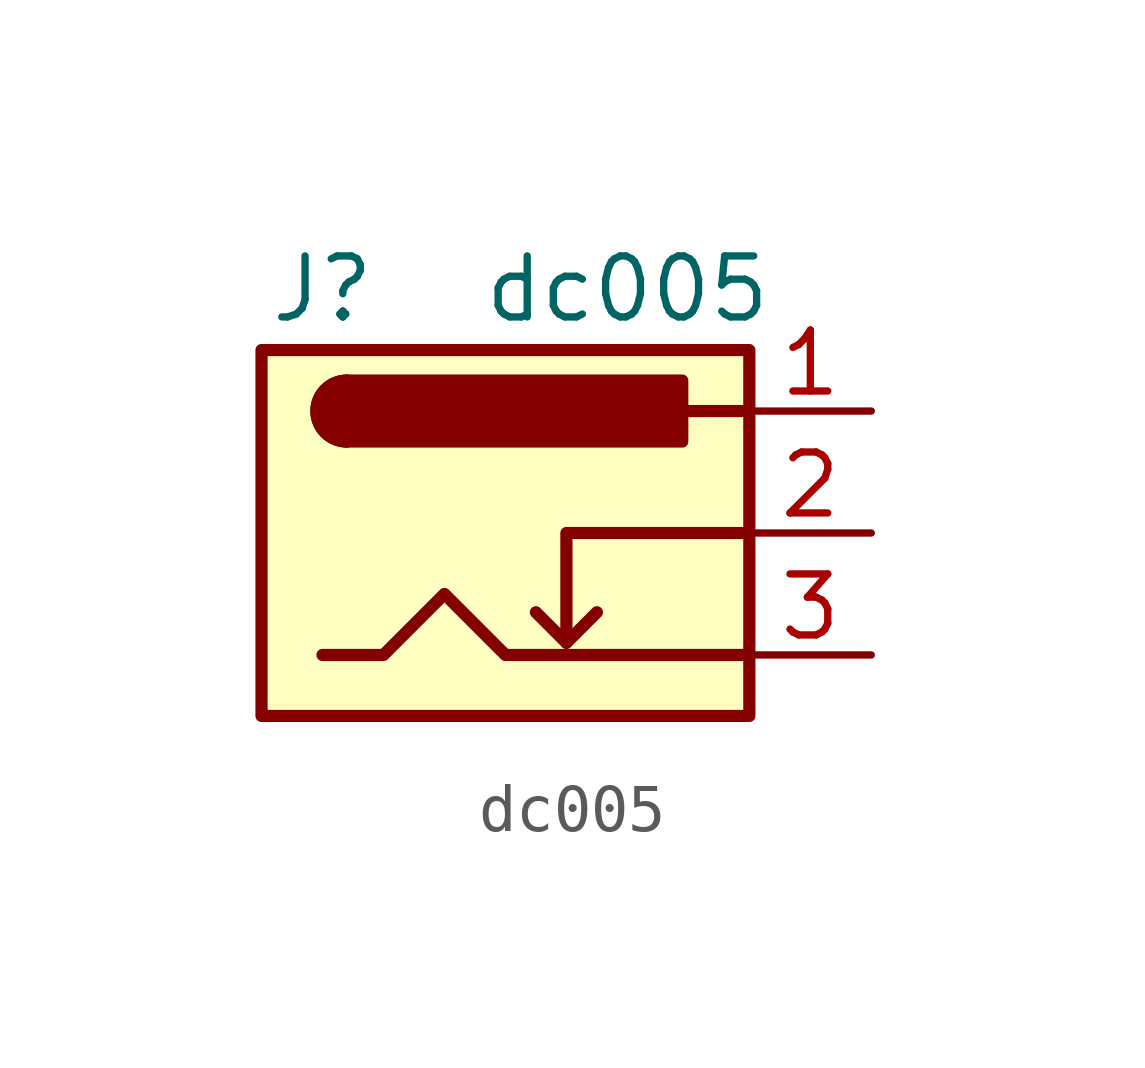
<source format=kicad_sym>
(kicad_symbol_lib
  (version 20211014)
  (generator kicad_symbol_editor)
  (symbol "dc005"
    (pin_names hide)
    (property "Reference" "J"
      (at -3.81 5.08 0)
      (effects (font (size 1.27 1.27))))
    (property "Value" "dc005"
      (at 2.54 5.08 0)
      (effects (font (size 1.27 1.27))))
    (symbol "dc005_0_1"
      (rectangle (start -5.08 3.81) (end 5.08 -3.81) (stroke (width 0.254) (type default) (color 0 0 0 0)) (fill (type background)))
      (arc (start -3.302 3.175) (mid -3.937 2.54) (end -3.302 1.905) (stroke (width 0.254) (type default) (color 0 0 0 0)) (fill (type none)))
      (arc (start -3.302 3.175) (mid -3.937 2.54) (end -3.302 1.905) (stroke (width 0.254) (type default) (color 0 0 0 0)) (fill (type outline)))
      (polyline (pts (xy 1.27 -2.286) (xy 1.905 -1.651)) (stroke (width 0.254) (type default) (color 0 0 0 0)) (fill (type none)))
      (polyline (pts (xy 5.08 2.54) (xy 3.81 2.54)) (stroke (width 0.254) (type default) (color 0 0 0 0)) (fill (type none)))
      (polyline (pts (xy 5.08 0) (xy 1.27 0) (xy 1.27 -2.286) (xy 0.635 -1.651)) (stroke (width 0.254) (type default) (color 0 0 0 0)) (fill (type none)))
      (polyline (pts (xy -3.81 -2.54) (xy -2.54 -2.54) (xy -1.27 -1.27) (xy 0 -2.54) (xy 2.54 -2.54) (xy 5.08 -2.54)) (stroke (width 0.254) (type default) (color 0 0 0 0)) (fill (type none)))
      (rectangle (start 3.683 3.175) (end -3.302 1.905) (stroke (width 0.254) (type default) (color 0 0 0 0)) (fill (type outline))))
    (symbol "dc005_1_1"
      (pin passive line (at 7.62 2.54 180) (length 2.54) (name "~" (effects (font (size 1.27 1.27)))) (number "1" (effects (font (size 1.27 1.27)))))
      (pin passive line (at 7.62 0 180) (length 2.54) (name "~" (effects (font (size 1.27 1.27)))) (number "2" (effects (font (size 1.27 1.27)))))
      (pin passive line (at 7.62 -2.54 180) (length 2.54) (name "~" (effects (font (size 1.27 1.27)))) (number "3" (effects (font (size 1.27 1.27))))))))
</source>
